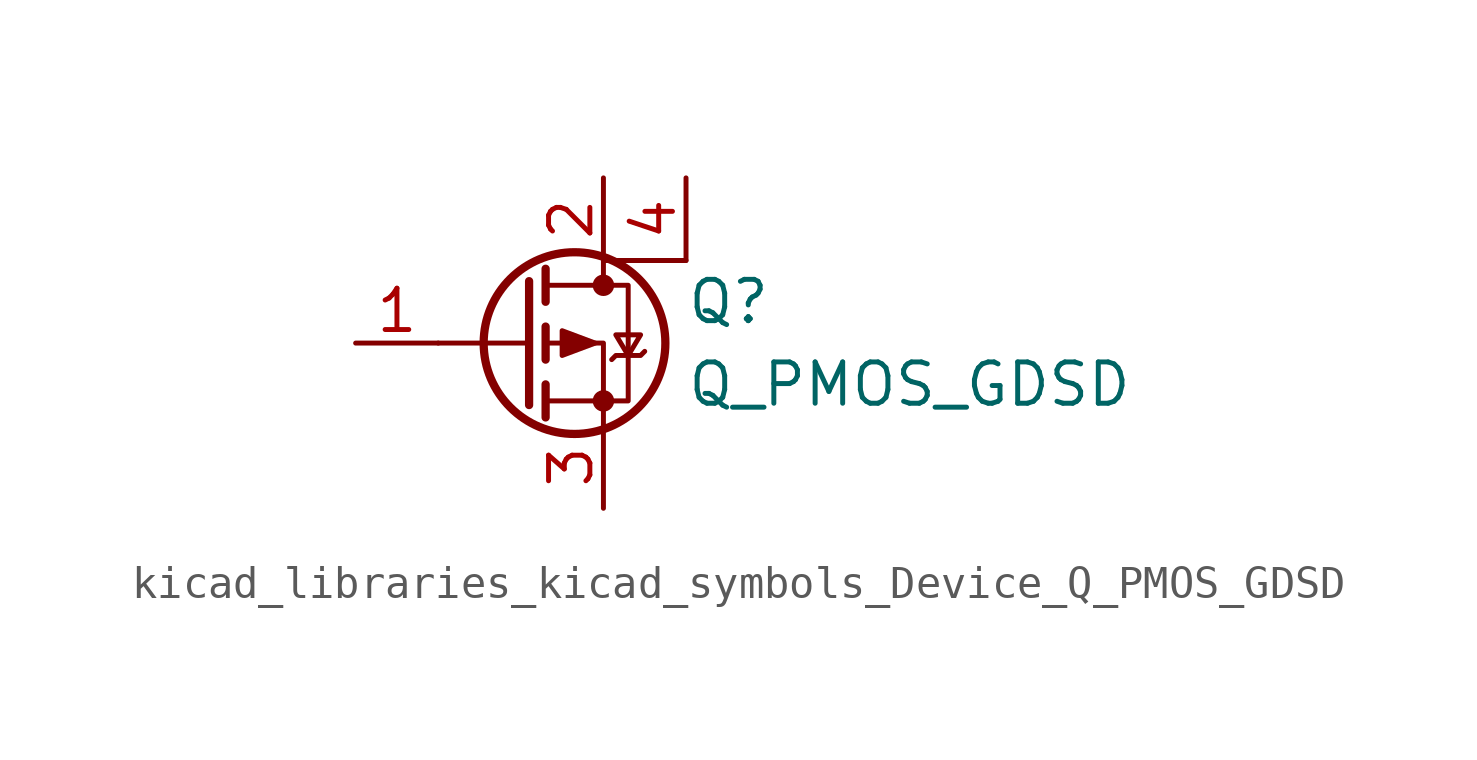
<source format=kicad_sym>
(kicad_symbol_lib
  (version 20220914)
  (generator kicad_symbol_editor)
  (symbol "kicad_libraries_kicad_symbols_Device_Q_PMOS_GDSD"
    (pin_names
      (offset 0) hide)
    (property "Reference" "Q"
      (at 5.08 1.27 0)
      (effects (font (size 1.27 1.27)) (justify left)))
    (property "Value" "Q_PMOS_GDSD"
      (at 5.08 -1.27 0)
      (effects (font (size 1.27 1.27)) (justify left)))
    (symbol "kicad_libraries_kicad_symbols_Device_Q_PMOS_GDSD_0_1"
      (polyline (pts (xy 0.254 0) (xy -2.54 0)) (stroke (width 0) (type default)) (fill (type none)))
      (polyline (pts (xy 0.254 1.905) (xy 0.254 -1.905)) (stroke (width 0.254) (type default)) (fill (type none)))
      (polyline (pts (xy 0.762 -1.27) (xy 0.762 -2.286)) (stroke (width 0.254) (type default)) (fill (type none)))
      (polyline (pts (xy 0.762 0.508) (xy 0.762 -0.508)) (stroke (width 0.254) (type default)) (fill (type none)))
      (polyline (pts (xy 0.762 2.286) (xy 0.762 1.27)) (stroke (width 0.254) (type default)) (fill (type none)))
      (polyline (pts (xy 2.54 -2.54) (xy 2.54 0) (xy 0.762 0)) (stroke (width 0) (type default)) (fill (type none)))
      (polyline (pts (xy 5.08 2.54) (xy 2.54 2.54) (xy 2.54 1.778)) (stroke (width 0) (type default)) (fill (type none)))
      (polyline (pts (xy 0.762 1.778) (xy 3.302 1.778) (xy 3.302 -1.778) (xy 0.762 -1.778)) (stroke (width 0) (type default)) (fill (type none)))
      (polyline (pts (xy 2.286 0) (xy 1.27 0.381) (xy 1.27 -0.381) (xy 2.286 0)) (stroke (width 0) (type default)) (fill (type outline)))
      (polyline (pts (xy 2.794 -0.508) (xy 2.921 -0.381) (xy 3.683 -0.381) (xy 3.81 -0.254)) (stroke (width 0) (type default)) (fill (type none)))
      (polyline (pts (xy 3.302 -0.381) (xy 2.921 0.254) (xy 3.683 0.254) (xy 3.302 -0.381)) (stroke (width 0) (type default)) (fill (type none)))
      (circle (center 1.651 0) (radius 2.794) (stroke (width 0.254) (type default)) (fill (type none)))
      (circle (center 2.54 -1.778) (radius 0.254) (stroke (width 0) (type default)) (fill (type outline)))
      (circle (center 2.54 1.778) (radius 0.254) (stroke (width 0) (type default)) (fill (type outline))))
    (symbol "kicad_libraries_kicad_symbols_Device_Q_PMOS_GDSD_1_1"
      (pin input line (at -5.08 0 0) (length 2.54) (name "G" (effects (font (size 1.27 1.27)))) (number "1" (effects (font (size 1.27 1.27)))))
      (pin passive line (at 2.54 5.08 270) (length 2.54) (name "D" (effects (font (size 1.27 1.27)))) (number "2" (effects (font (size 1.27 1.27)))))
      (pin passive line (at 2.54 -5.08 90) (length 2.54) (name "S" (effects (font (size 1.27 1.27)))) (number "3" (effects (font (size 1.27 1.27)))))
      (pin passive line (at 5.08 5.08 270) (length 2.54) (name "D" (effects (font (size 1.27 1.27)))) (number "4" (effects (font (size 1.27 1.27))))))))
</source>
